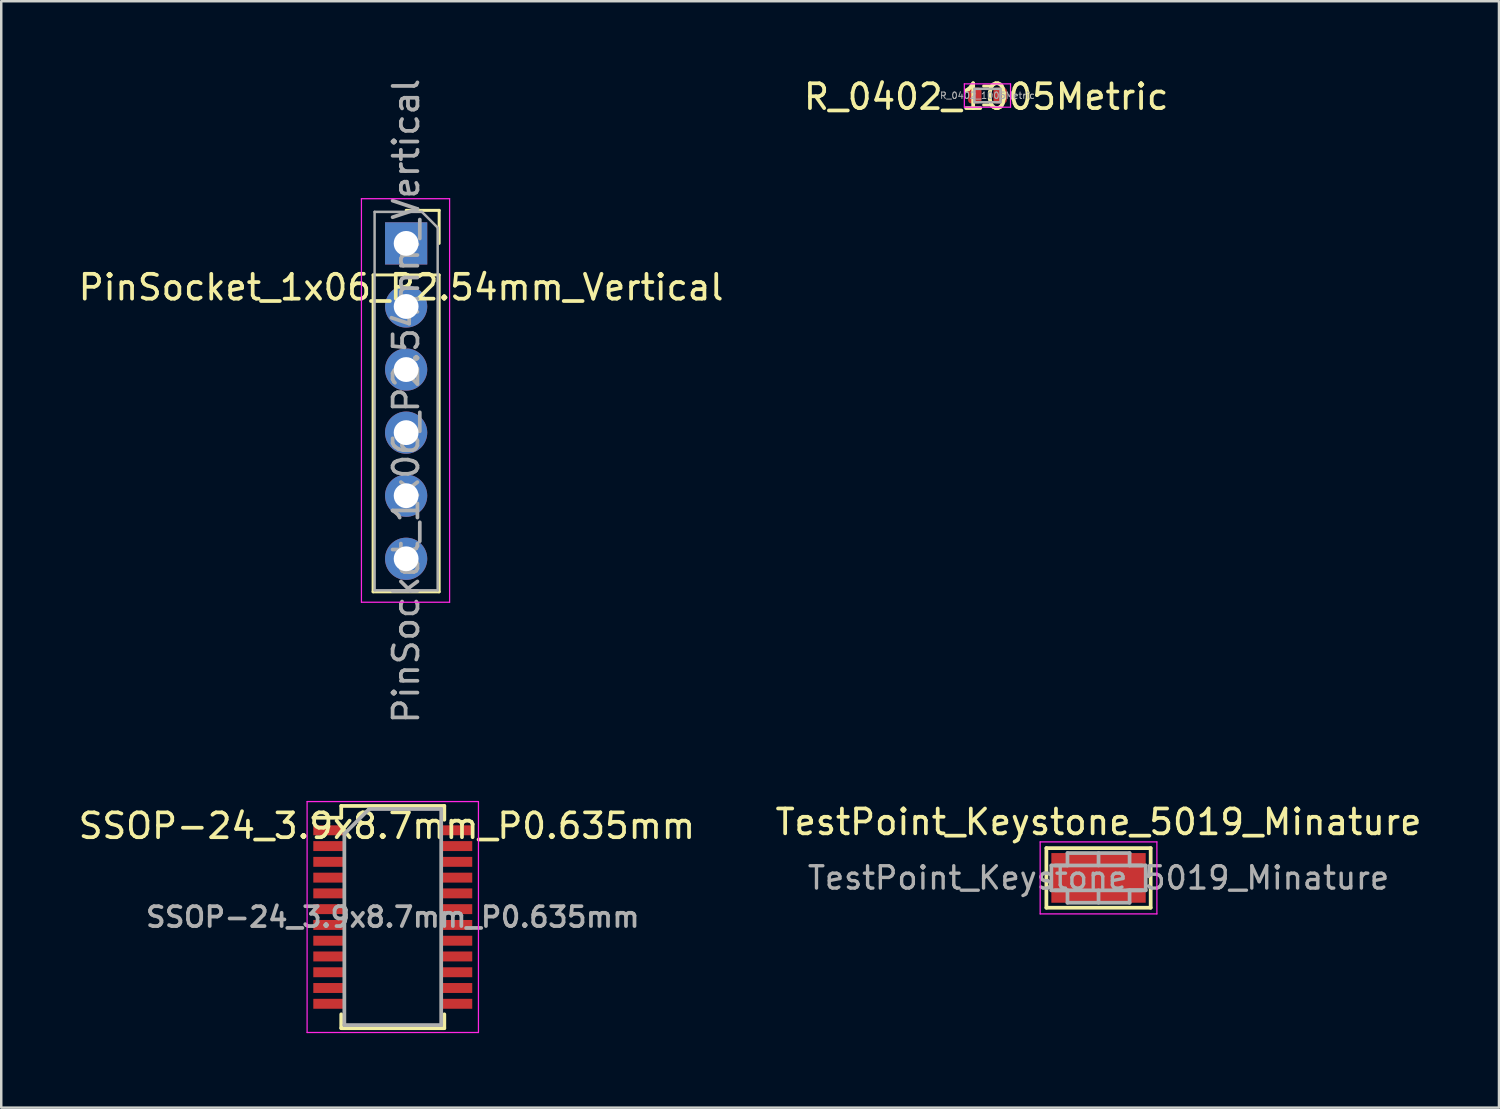
<source format=kicad_pcb>
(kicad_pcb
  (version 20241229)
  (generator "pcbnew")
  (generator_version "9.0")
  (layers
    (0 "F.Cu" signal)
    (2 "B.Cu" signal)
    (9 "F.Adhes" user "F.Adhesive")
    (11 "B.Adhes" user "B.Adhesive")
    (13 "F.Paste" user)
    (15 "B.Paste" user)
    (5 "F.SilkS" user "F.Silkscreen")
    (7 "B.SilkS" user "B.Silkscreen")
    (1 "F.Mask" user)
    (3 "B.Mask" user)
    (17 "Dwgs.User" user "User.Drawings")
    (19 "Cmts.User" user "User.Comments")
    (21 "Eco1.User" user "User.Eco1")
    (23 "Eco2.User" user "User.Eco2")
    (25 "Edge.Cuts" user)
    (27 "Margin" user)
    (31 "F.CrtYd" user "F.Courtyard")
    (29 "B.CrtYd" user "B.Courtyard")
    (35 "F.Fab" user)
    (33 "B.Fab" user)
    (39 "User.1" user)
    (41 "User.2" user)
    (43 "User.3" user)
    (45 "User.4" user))
  (footprint "PinSocket_1x06_P2.54mm_Vertical"
    (layer "F.Cu")
    (at 13.304 6.751)
    (property "Reference" "PinSocket_1x06_P2.54mm_Vertical" (at -0.203 1.77 0) (layer "F.SilkS") (effects (font (size 1 1) (thickness 0.15))))
    (attr through_hole)
    (fp_line (start -1.33 1.27) (end -1.33 14.03) (stroke (width 0.12) (type solid)) (layer "F.SilkS"))
    (fp_line (start -1.33 1.27) (end 1.33 1.27) (stroke (width 0.12) (type solid)) (layer "F.SilkS"))
    (fp_line (start -1.33 14.03) (end 1.33 14.03) (stroke (width 0.12) (type solid)) (layer "F.SilkS"))
    (fp_line (start 0 -1.33) (end 1.33 -1.33) (stroke (width 0.12) (type solid)) (layer "F.SilkS"))
    (fp_line (start 1.33 -1.33) (end 1.33 0) (stroke (width 0.12) (type solid)) (layer "F.SilkS"))
    (fp_line (start 1.33 1.27) (end 1.33 14.03) (stroke (width 0.12) (type solid)) (layer "F.SilkS"))
    (fp_line (start -1.8 -1.8) (end 1.75 -1.8) (stroke (width 0.05) (type solid)) (layer "F.CrtYd"))
    (fp_line (start -1.8 14.45) (end -1.8 -1.8) (stroke (width 0.05) (type solid)) (layer "F.CrtYd"))
    (fp_line (start 1.75 -1.8) (end 1.75 14.45) (stroke (width 0.05) (type solid)) (layer "F.CrtYd"))
    (fp_line (start 1.75 14.45) (end -1.8 14.45) (stroke (width 0.05) (type solid)) (layer "F.CrtYd"))
    (fp_line (start -1.27 -1.27) (end 0.635 -1.27) (stroke (width 0.1) (type solid)) (layer "F.Fab"))
    (fp_line (start -1.27 13.97) (end -1.27 -1.27) (stroke (width 0.1) (type solid)) (layer "F.Fab"))
    (fp_line (start 0.635 -1.27) (end 1.27 -0.635) (stroke (width 0.1) (type solid)) (layer "F.Fab"))
    (fp_line (start 1.27 -0.635) (end 1.27 13.97) (stroke (width 0.1) (type solid)) (layer "F.Fab"))
    (fp_line (start 1.27 13.97) (end -1.27 13.97) (stroke (width 0.1) (type solid)) (layer "F.Fab"))
    (fp_text user "${REFERENCE}" (at 0 6.35 270) (layer "F.Fab") (effects (font (size 1 1) (thickness 0.15))))
    (pad "1" thru_hole rect (at 0 0) (size 1.7 1.7) (drill 1) (layers "*.Cu" "*.Mask"))
    (pad "2" thru_hole oval (at 0 2.54) (size 1.7 1.7) (drill 1) (layers "*.Cu" "*.Mask"))
    (pad "3" thru_hole oval (at 0 5.08) (size 1.7 1.7) (drill 1) (layers "*.Cu" "*.Mask"))
    (pad "4" thru_hole oval (at 0 7.62) (size 1.7 1.7) (drill 1) (layers "*.Cu" "*.Mask"))
    (pad "5" thru_hole oval (at 0 10.16) (size 1.7 1.7) (drill 1) (layers "*.Cu" "*.Mask"))
    (pad "6" thru_hole oval (at 0 12.7) (size 1.7 1.7) (drill 1) (layers "*.Cu" "*.Mask")))
  (footprint "SSOP-24_3.9x8.7mm_P0.635mm"
    (layer "F.Cu")
    (at 12.766 33.877)
    (property "Reference" "SSOP-24_3.9x8.7mm_P0.635mm" (at -0.237 -3.67 0) (layer "F.SilkS") (effects (font (size 1 1) (thickness 0.15))))
    (attr smd)
    (fp_line (start -2.075 -4.475) (end -2.075 -4) (stroke (width 0.15) (type solid)) (layer "F.SilkS"))
    (fp_line (start -2.075 -4.475) (end 2.075 -4.475) (stroke (width 0.15) (type solid)) (layer "F.SilkS"))
    (fp_line (start -2.075 -4) (end -3.2 -4) (stroke (width 0.15) (type solid)) (layer "F.SilkS"))
    (fp_line (start -2.075 4.475) (end -2.075 3.917) (stroke (width 0.15) (type solid)) (layer "F.SilkS"))
    (fp_line (start -2.075 4.475) (end 2.075 4.475) (stroke (width 0.15) (type solid)) (layer "F.SilkS"))
    (fp_line (start 2.075 -4.475) (end 2.075 -3.917) (stroke (width 0.15) (type solid)) (layer "F.SilkS"))
    (fp_line (start 2.075 4.475) (end 2.075 3.917) (stroke (width 0.15) (type solid)) (layer "F.SilkS"))
    (fp_line (start -3.45 -4.65) (end -3.45 4.65) (stroke (width 0.05) (type solid)) (layer "F.CrtYd"))
    (fp_line (start -3.45 -4.65) (end 3.45 -4.65) (stroke (width 0.05) (type solid)) (layer "F.CrtYd"))
    (fp_line (start -3.45 4.65) (end 3.45 4.65) (stroke (width 0.05) (type solid)) (layer "F.CrtYd"))
    (fp_line (start 3.45 -4.65) (end 3.45 4.65) (stroke (width 0.05) (type solid)) (layer "F.CrtYd"))
    (fp_line (start -1.95 -3.35) (end -0.95 -4.35) (stroke (width 0.15) (type solid)) (layer "F.Fab"))
    (fp_line (start -1.95 4.35) (end -1.95 -3.35) (stroke (width 0.15) (type solid)) (layer "F.Fab"))
    (fp_line (start -0.95 -4.35) (end 1.95 -4.35) (stroke (width 0.15) (type solid)) (layer "F.Fab"))
    (fp_line (start 1.95 -4.35) (end 1.95 4.35) (stroke (width 0.15) (type solid)) (layer "F.Fab"))
    (fp_line (start 1.95 4.35) (end -1.95 4.35) (stroke (width 0.15) (type solid)) (layer "F.Fab"))
    (fp_text user "${REFERENCE}" (at 0 0 0) (layer "F.Fab") (effects (font (size 0.8 0.8) (thickness 0.15))))
    (pad "1" smd rect (at -2.6 -3.493) (size 1.2 0.4) (layers "F.Cu" "F.Mask" "F.Paste"))
    (pad "2" smd rect (at -2.6 -2.857) (size 1.2 0.4) (layers "F.Cu" "F.Mask" "F.Paste"))
    (pad "3" smd rect (at -2.6 -2.223) (size 1.2 0.4) (layers "F.Cu" "F.Mask" "F.Paste"))
    (pad "4" smd rect (at -2.6 -1.587) (size 1.2 0.4) (layers "F.Cu" "F.Mask" "F.Paste"))
    (pad "5" smd rect (at -2.6 -0.953) (size 1.2 0.4) (layers "F.Cu" "F.Mask" "F.Paste"))
    (pad "6" smd rect (at -2.6 -0.318) (size 1.2 0.4) (layers "F.Cu" "F.Mask" "F.Paste"))
    (pad "7" smd rect (at -2.6 0.318) (size 1.2 0.4) (layers "F.Cu" "F.Mask" "F.Paste"))
    (pad "8" smd rect (at -2.6 0.953) (size 1.2 0.4) (layers "F.Cu" "F.Mask" "F.Paste"))
    (pad "9" smd rect (at -2.6 1.587) (size 1.2 0.4) (layers "F.Cu" "F.Mask" "F.Paste"))
    (pad "10" smd rect (at -2.6 2.223) (size 1.2 0.4) (layers "F.Cu" "F.Mask" "F.Paste"))
    (pad "11" smd rect (at -2.6 2.857) (size 1.2 0.4) (layers "F.Cu" "F.Mask" "F.Paste"))
    (pad "12" smd rect (at -2.6 3.493) (size 1.2 0.4) (layers "F.Cu" "F.Mask" "F.Paste"))
    (pad "13" smd rect (at 2.6 3.493) (size 1.2 0.4) (layers "F.Cu" "F.Mask" "F.Paste"))
    (pad "14" smd rect (at 2.6 2.857) (size 1.2 0.4) (layers "F.Cu" "F.Mask" "F.Paste"))
    (pad "15" smd rect (at 2.6 2.223) (size 1.2 0.4) (layers "F.Cu" "F.Mask" "F.Paste"))
    (pad "16" smd rect (at 2.6 1.587) (size 1.2 0.4) (layers "F.Cu" "F.Mask" "F.Paste"))
    (pad "17" smd rect (at 2.6 0.953) (size 1.2 0.4) (layers "F.Cu" "F.Mask" "F.Paste"))
    (pad "18" smd rect (at 2.6 0.318) (size 1.2 0.4) (layers "F.Cu" "F.Mask" "F.Paste"))
    (pad "19" smd rect (at 2.6 -0.318) (size 1.2 0.4) (layers "F.Cu" "F.Mask" "F.Paste"))
    (pad "20" smd rect (at 2.6 -0.953) (size 1.2 0.4) (layers "F.Cu" "F.Mask" "F.Paste"))
    (pad "21" smd rect (at 2.6 -1.587) (size 1.2 0.4) (layers "F.Cu" "F.Mask" "F.Paste"))
    (pad "22" smd rect (at 2.6 -2.223) (size 1.2 0.4) (layers "F.Cu" "F.Mask" "F.Paste"))
    (pad "23" smd rect (at 2.6 -2.857) (size 1.2 0.4) (layers "F.Cu" "F.Mask" "F.Paste"))
    (pad "24" smd rect (at 2.6 -3.493) (size 1.2 0.4) (layers "F.Cu" "F.Mask" "F.Paste")))
  (footprint "TestPoint_Keystone_5019_Minature"
    (layer "F.Cu")
    (at 41.185 32.301)
    (property "Reference" "TestPoint_Keystone_5019_Minature" (at 0 -2.25 0) (layer "F.SilkS") (effects (font (size 1 1) (thickness 0.15))))
    (attr smd)
    (fp_line (start -2.1 -1.2) (end 2.1 -1.2) (stroke (width 0.15) (type solid)) (layer "F.SilkS"))
    (fp_line (start -2.1 1.2) (end -2.1 -1.2) (stroke (width 0.15) (type solid)) (layer "F.SilkS"))
    (fp_line (start 2.1 -1.2) (end 2.1 1.2) (stroke (width 0.15) (type solid)) (layer "F.SilkS"))
    (fp_line (start 2.1 1.2) (end -2.1 1.2) (stroke (width 0.15) (type solid)) (layer "F.SilkS"))
    (fp_line (start -2.35 -1.45) (end 2.35 -1.45) (stroke (width 0.05) (type solid)) (layer "F.CrtYd"))
    (fp_line (start -2.35 1.45) (end -2.35 -1.45) (stroke (width 0.05) (type solid)) (layer "F.CrtYd"))
    (fp_line (start 2.35 -1.45) (end 2.35 1.45) (stroke (width 0.05) (type solid)) (layer "F.CrtYd"))
    (fp_line (start 2.35 1.45) (end -2.35 1.45) (stroke (width 0.05) (type solid)) (layer "F.CrtYd"))
    (fp_line (start -1.9 -0.5) (end -1.9 0.5) (stroke (width 0.15) (type solid)) (layer "F.Fab"))
    (fp_line (start -1.9 -0.5) (end 1.9 -0.5) (stroke (width 0.15) (type solid)) (layer "F.Fab"))
    (fp_line (start -1.75 0.5) (end -1.25 0.5) (stroke (width 0.15) (type solid)) (layer "F.Fab"))
    (fp_line (start -1.25 -1) (end -1.25 -0.5) (stroke (width 0.15) (type solid)) (layer "F.Fab"))
    (fp_line (start -1.25 -0.5) (end -1.75 -0.5) (stroke (width 0.15) (type solid)) (layer "F.Fab"))
    (fp_line (start -1.25 0.5) (end -1.25 1) (stroke (width 0.15) (type solid)) (layer "F.Fab"))
    (fp_line (start -1.25 1) (end 1.25 1) (stroke (width 0.15) (type solid)) (layer "F.Fab"))
    (fp_line (start 0 -1) (end 0 -0.5) (stroke (width 0.15) (type solid)) (layer "F.Fab"))
    (fp_line (start 0 0.5) (end 0 1) (stroke (width 0.15) (type solid)) (layer "F.Fab"))
    (fp_line (start 1.25 -1) (end -1.25 -1) (stroke (width 0.15) (type solid)) (layer "F.Fab"))
    (fp_line (start 1.25 -0.5) (end 1.25 -1) (stroke (width 0.15) (type solid)) (layer "F.Fab"))
    (fp_line (start 1.25 0.5) (end 1.75 0.5) (stroke (width 0.15) (type solid)) (layer "F.Fab"))
    (fp_line (start 1.25 1) (end 1.25 0.5) (stroke (width 0.15) (type solid)) (layer "F.Fab"))
    (fp_line (start 1.75 -0.5) (end 1.25 -0.5) (stroke (width 0.15) (type solid)) (layer "F.Fab"))
    (fp_line (start 1.9 0.5) (end -1.9 0.5) (stroke (width 0.15) (type solid)) (layer "F.Fab"))
    (fp_line (start 1.9 0.5) (end 1.9 -0.5) (stroke (width 0.15) (type solid)) (layer "F.Fab"))
    (fp_text user "${REFERENCE}" (at 0 0 0) (layer "F.Fab") (effects (font (size 0.9 0.9) (thickness 0.135))))
    (pad "1" smd rect (at 0 0) (size 3.8 2) (layers "F.Cu" "F.Mask" "F.Paste")))
  (footprint "R_0402_1005Metric"
    (layer "F.Cu")
    (at 36.712 0.797)
    (property "Reference" "R_0402_1005Metric" (at -0.051 0.051 0) (layer "F.SilkS") (effects (font (size 1 1) (thickness 0.15))))
    (attr smd)
    (fp_line (start -0.154 -0.38) (end 0.154 -0.38) (stroke (width 0.12) (type solid)) (layer "F.SilkS"))
    (fp_line (start -0.154 0.38) (end 0.154 0.38) (stroke (width 0.12) (type solid)) (layer "F.SilkS"))
    (fp_line (start -0.93 -0.47) (end 0.93 -0.47) (stroke (width 0.05) (type solid)) (layer "F.CrtYd"))
    (fp_line (start -0.93 0.47) (end -0.93 -0.47) (stroke (width 0.05) (type solid)) (layer "F.CrtYd"))
    (fp_line (start 0.93 -0.47) (end 0.93 0.47) (stroke (width 0.05) (type solid)) (layer "F.CrtYd"))
    (fp_line (start 0.93 0.47) (end -0.93 0.47) (stroke (width 0.05) (type solid)) (layer "F.CrtYd"))
    (fp_line (start -0.525 -0.27) (end 0.525 -0.27) (stroke (width 0.1) (type solid)) (layer "F.Fab"))
    (fp_line (start -0.525 0.27) (end -0.525 -0.27) (stroke (width 0.1) (type solid)) (layer "F.Fab"))
    (fp_line (start 0.525 -0.27) (end 0.525 0.27) (stroke (width 0.1) (type solid)) (layer "F.Fab"))
    (fp_line (start 0.525 0.27) (end -0.525 0.27) (stroke (width 0.1) (type solid)) (layer "F.Fab"))
    (fp_text user "${REFERENCE}" (at 0 0 0) (layer "F.Fab") (effects (font (size 0.26 0.26) (thickness 0.04))))
    (pad "1" smd roundrect (at -0.51 0) (size 0.54 0.64) (layers "F.Cu" "F.Mask" "F.Paste") (roundrect_rratio 0.25))
    (pad "2" smd roundrect (at 0.51 0) (size 0.54 0.64) (layers "F.Cu" "F.Mask" "F.Paste") (roundrect_rratio 0.25)))
  (gr_rect
    (start -3 -3)
    (end 57.31 41.552)
    (stroke (width 0.1) (type default))
    (fill no)
    (layer "Edge.Cuts")))
</source>
